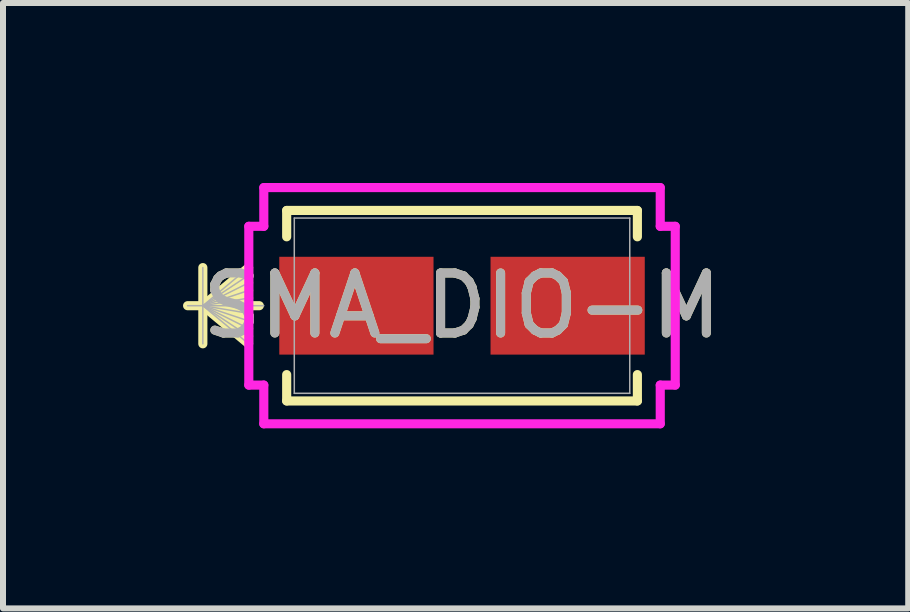
<source format=kicad_pcb>
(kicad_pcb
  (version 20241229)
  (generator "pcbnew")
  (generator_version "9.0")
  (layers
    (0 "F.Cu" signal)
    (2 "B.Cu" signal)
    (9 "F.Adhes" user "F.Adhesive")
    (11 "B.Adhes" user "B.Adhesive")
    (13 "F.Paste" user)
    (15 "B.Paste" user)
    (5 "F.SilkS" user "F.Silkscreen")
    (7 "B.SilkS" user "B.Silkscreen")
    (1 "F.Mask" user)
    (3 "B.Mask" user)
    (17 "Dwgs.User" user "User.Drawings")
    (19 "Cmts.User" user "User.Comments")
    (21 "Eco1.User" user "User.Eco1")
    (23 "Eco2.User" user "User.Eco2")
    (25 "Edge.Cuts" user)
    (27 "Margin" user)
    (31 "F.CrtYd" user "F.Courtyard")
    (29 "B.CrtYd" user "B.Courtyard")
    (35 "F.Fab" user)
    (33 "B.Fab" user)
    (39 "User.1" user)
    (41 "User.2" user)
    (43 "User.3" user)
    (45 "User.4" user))
  (footprint "SMA_DIO-M"
    (layer "F.Cu")
    (at 4.649 2.044)
    (property "Reference" "SMA_DIO-M" (at 0 0 0) (unlocked yes) (layer "F.SilkS") (effects (font (size 1 1) (thickness 0.15))))
    (attr smd)
    (fp_line (start -4.319 -0.635) (end -4.319 0.635) (stroke (width 0.152) (type solid)) (layer "F.SilkS"))
    (fp_line (start -4.319 0) (end -3.557 -0.635) (stroke (width 0.152) (type solid)) (layer "F.SilkS"))
    (fp_line (start -4.319 0) (end -3.557 -0.508) (stroke (width 0.152) (type solid)) (layer "F.SilkS"))
    (fp_line (start -4.319 0) (end -3.557 -0.381) (stroke (width 0.152) (type solid)) (layer "F.SilkS"))
    (fp_line (start -4.319 0) (end -3.557 -0.254) (stroke (width 0.152) (type solid)) (layer "F.SilkS"))
    (fp_line (start -4.319 0) (end -3.557 -0.127) (stroke (width 0.152) (type solid)) (layer "F.SilkS"))
    (fp_line (start -4.319 0) (end -3.557 0.127) (stroke (width 0.152) (type solid)) (layer "F.SilkS"))
    (fp_line (start -4.319 0) (end -3.557 0.254) (stroke (width 0.152) (type solid)) (layer "F.SilkS"))
    (fp_line (start -4.319 0) (end -3.557 0.381) (stroke (width 0.152) (type solid)) (layer "F.SilkS"))
    (fp_line (start -4.319 0) (end -3.557 0.508) (stroke (width 0.152) (type solid)) (layer "F.SilkS"))
    (fp_line (start -4.319 0) (end -3.557 0.635) (stroke (width 0.152) (type solid)) (layer "F.SilkS"))
    (fp_line (start -3.557 -0.635) (end -3.557 0.635) (stroke (width 0.152) (type solid)) (layer "F.SilkS"))
    (fp_line (start -3.378 0) (end -4.573 0) (stroke (width 0.152) (type solid)) (layer "F.SilkS"))
    (fp_line (start -2.922 -1.587) (end -2.922 -1.148) (stroke (width 0.152) (type solid)) (layer "F.SilkS"))
    (fp_line (start -2.922 1.148) (end -2.922 1.587) (stroke (width 0.152) (type solid)) (layer "F.SilkS"))
    (fp_line (start -2.922 1.587) (end 2.922 1.587) (stroke (width 0.152) (type solid)) (layer "F.SilkS"))
    (fp_line (start 2.922 -1.587) (end -2.922 -1.587) (stroke (width 0.152) (type solid)) (layer "F.SilkS"))
    (fp_line (start 2.922 -1.148) (end 2.922 -1.587) (stroke (width 0.152) (type solid)) (layer "F.SilkS"))
    (fp_line (start 2.922 1.587) (end 2.922 1.148) (stroke (width 0.152) (type solid)) (layer "F.SilkS"))
    (fp_line (start -3.553 -1.323) (end -3.303 -1.323) (stroke (width 0.152) (type solid)) (layer "F.CrtYd"))
    (fp_line (start -3.553 1.323) (end -3.553 -1.323) (stroke (width 0.152) (type solid)) (layer "F.CrtYd"))
    (fp_line (start -3.303 -1.968) (end 3.303 -1.968) (stroke (width 0.152) (type solid)) (layer "F.CrtYd"))
    (fp_line (start -3.303 -1.323) (end -3.303 -1.968) (stroke (width 0.152) (type solid)) (layer "F.CrtYd"))
    (fp_line (start -3.303 1.323) (end -3.553 1.323) (stroke (width 0.152) (type solid)) (layer "F.CrtYd"))
    (fp_line (start -3.303 1.968) (end -3.303 1.323) (stroke (width 0.152) (type solid)) (layer "F.CrtYd"))
    (fp_line (start 3.303 -1.968) (end 3.303 -1.323) (stroke (width 0.152) (type solid)) (layer "F.CrtYd"))
    (fp_line (start 3.303 -1.323) (end 3.553 -1.323) (stroke (width 0.152) (type solid)) (layer "F.CrtYd"))
    (fp_line (start 3.303 1.323) (end 3.303 1.968) (stroke (width 0.152) (type solid)) (layer "F.CrtYd"))
    (fp_line (start 3.303 1.968) (end -3.303 1.968) (stroke (width 0.152) (type solid)) (layer "F.CrtYd"))
    (fp_line (start 3.553 -1.323) (end 3.553 1.323) (stroke (width 0.152) (type solid)) (layer "F.CrtYd"))
    (fp_line (start 3.553 1.323) (end 3.303 1.323) (stroke (width 0.152) (type solid)) (layer "F.CrtYd"))
    (fp_line (start -4.319 -0.635) (end -4.319 0.635) (stroke (width 0.025) (type solid)) (layer "F.Fab"))
    (fp_line (start -4.319 0) (end -3.557 -0.635) (stroke (width 0.025) (type solid)) (layer "F.Fab"))
    (fp_line (start -4.319 0) (end -3.557 -0.508) (stroke (width 0.025) (type solid)) (layer "F.Fab"))
    (fp_line (start -4.319 0) (end -3.557 -0.381) (stroke (width 0.025) (type solid)) (layer "F.Fab"))
    (fp_line (start -4.319 0) (end -3.557 -0.254) (stroke (width 0.025) (type solid)) (layer "F.Fab"))
    (fp_line (start -4.319 0) (end -3.557 -0.127) (stroke (width 0.025) (type solid)) (layer "F.Fab"))
    (fp_line (start -4.319 0) (end -3.557 0.127) (stroke (width 0.025) (type solid)) (layer "F.Fab"))
    (fp_line (start -4.319 0) (end -3.557 0.254) (stroke (width 0.025) (type solid)) (layer "F.Fab"))
    (fp_line (start -4.319 0) (end -3.557 0.381) (stroke (width 0.025) (type solid)) (layer "F.Fab"))
    (fp_line (start -4.319 0) (end -3.557 0.508) (stroke (width 0.025) (type solid)) (layer "F.Fab"))
    (fp_line (start -4.319 0) (end -3.557 0.635) (stroke (width 0.025) (type solid)) (layer "F.Fab"))
    (fp_line (start -3.557 -0.635) (end -3.557 0.635) (stroke (width 0.025) (type solid)) (layer "F.Fab"))
    (fp_line (start -3.303 0) (end -4.573 0) (stroke (width 0.025) (type solid)) (layer "F.Fab"))
    (fp_line (start -2.795 -1.46) (end -2.795 1.46) (stroke (width 0.025) (type solid)) (layer "F.Fab"))
    (fp_line (start -2.795 1.46) (end 2.795 1.46) (stroke (width 0.025) (type solid)) (layer "F.Fab"))
    (fp_line (start 2.795 -1.46) (end -2.795 -1.46) (stroke (width 0.025) (type solid)) (layer "F.Fab"))
    (fp_line (start 2.795 1.46) (end 2.795 -1.46) (stroke (width 0.025) (type solid)) (layer "F.Fab"))
    (fp_text user "${REFERENCE}" (at 0 0 0) (unlocked yes) (layer "F.Fab") (effects (font (size 1 1) (thickness 0.15))))
    (pad "1" smd rect (at -1.76 0 90) (size 1.63 2.57) (layers "F.Cu" "F.Mask" "F.Paste"))
    (pad "2" smd rect (at 1.76 0 90) (size 1.63 2.57) (layers "F.Cu" "F.Mask" "F.Paste"))
    (zone (net_name "") (layer "F.Cu") (hatch full 0.508) (connect_pads) (min_thickness 0.254) (filled_areas_thickness no) (keepout (tracks not_allowed) (vias not_allowed) (pads allowed) (copperpour not_allowed) (footprints allowed)) (placement (enabled no)) (fill) (polygon (pts (xy 1.905 0.635) (xy 7.393 0.635) (xy 7.393 1.178) (xy 1.905 1.178))))
    (zone (net_name "") (layer "F.Cu") (hatch full 0.508) (connect_pads) (min_thickness 0.254) (filled_areas_thickness no) (keepout (tracks not_allowed) (vias not_allowed) (pads allowed) (copperpour not_allowed) (footprints allowed)) (placement (enabled no)) (fill) (polygon (pts (xy 1.905 2.91) (xy 7.393 2.91) (xy 7.393 3.453) (xy 1.905 3.453))))
    (zone (net_name "") (layer "F.Cu") (hatch full 0.508) (connect_pads) (min_thickness 0.254) (filled_areas_thickness no) (keepout (tracks not_allowed) (vias not_allowed) (pads allowed) (copperpour not_allowed) (footprints allowed)) (placement (enabled no)) (fill) (polygon (pts (xy 4.225 1.178) (xy 5.073 1.178) (xy 5.073 2.91) (xy 4.225 2.91)))))
  (gr_rect
    (start -3 -3)
    (end 12.084 7.088)
    (stroke (width 0.1) (type default))
    (fill no)
    (layer "Edge.Cuts")))
</source>
